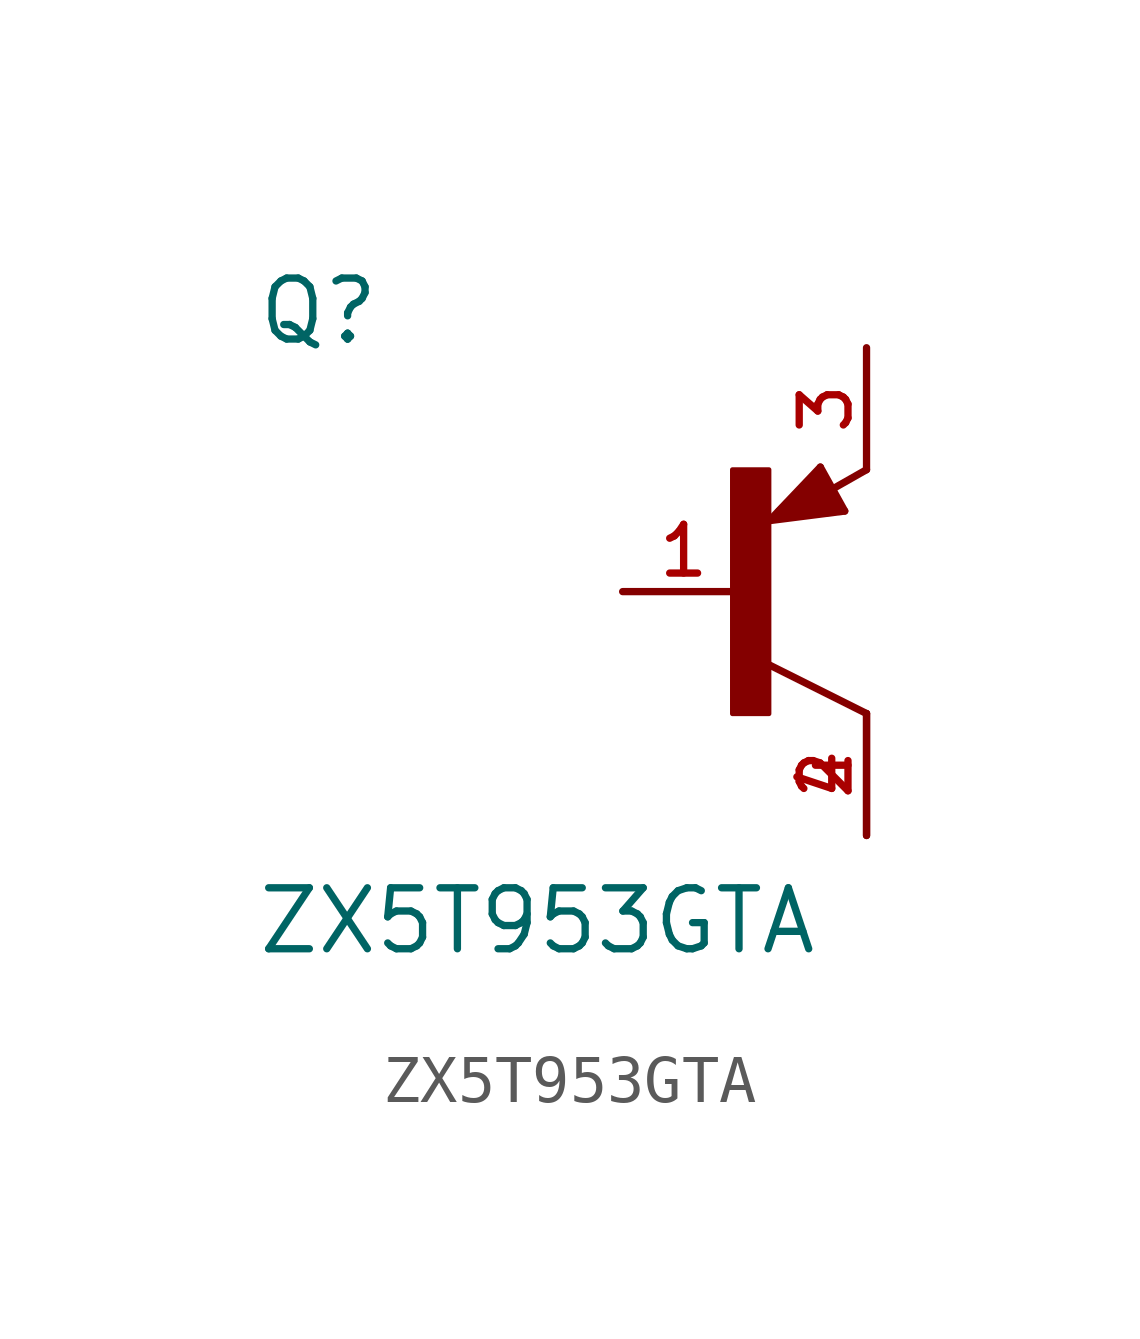
<source format=kicad_sym>
(kicad_symbol_lib
  (version 20211014)
  (generator kicad_symbol_editor)
  (symbol "ZX5T953GTA"
    (pin_names
      (offset 1.016))
    (property "Reference" "Q"
      (at -10.184 5.098 0)
      (effects (font (size 1.27 1.27)) (justify bottom left)))
    (property "Value" "ZX5T953GTA"
      (at -10.195 -7.603 0)
      (effects (font (size 1.27 1.27)) (justify bottom left)))
    (symbol "ZX5T953GTA_0_0"
      (polyline (pts (xy 2.086 1.678) (xy 1.578 2.594)) (stroke (width 0.152)))
      (polyline (pts (xy 1.578 2.594) (xy 0.516 1.478)) (stroke (width 0.152)))
      (polyline (pts (xy 0.516 1.478) (xy 2.086 1.678)) (stroke (width 0.152)))
      (polyline (pts (xy 2.54 2.54) (xy 1.808 2.124)) (stroke (width 0.152)))
      (polyline (pts (xy 2.54 -2.54) (xy 0.508 -1.524)) (stroke (width 0.152)))
      (polyline (pts (xy 1.905 1.778) (xy 1.524 2.413)) (stroke (width 0.254)))
      (polyline (pts (xy 1.524 2.413) (xy 0.762 1.651)) (stroke (width 0.254)))
      (polyline (pts (xy 0.762 1.651) (xy 1.778 1.778)) (stroke (width 0.254)))
      (polyline (pts (xy 1.778 1.778) (xy 1.524 2.159)) (stroke (width 0.254)))
      (polyline (pts (xy 1.524 2.159) (xy 1.143 1.905)) (stroke (width 0.254)))
      (polyline (pts (xy 1.143 1.905) (xy 1.524 1.905)) (stroke (width 0.254)))
      (rectangle (start -0.254 -2.544) (end 0.508 2.54) (stroke (width 0.1)) (fill (type outline)))
      (pin passive line (at -2.54 0.0 0) (length 2.54) (name "~" (effects (font (size 1.016 1.016)))) (number "1" (effects (font (size 1.016 1.016)))))
      (pin passive line (at 2.54 5.08 270.0) (length 2.54) (name "~" (effects (font (size 1.016 1.016)))) (number "3" (effects (font (size 1.016 1.016)))))
      (pin passive line (at 2.54 -5.08 90.0) (length 2.54) (name "~" (effects (font (size 1.016 1.016)))) (number "2" (effects (font (size 1.016 1.016)))))
      (pin passive line (at 2.54 -5.08 90.0) (length 2.54) (name "~" (effects (font (size 1.016 1.016)))) (number "4" (effects (font (size 1.016 1.016))))))))
</source>
